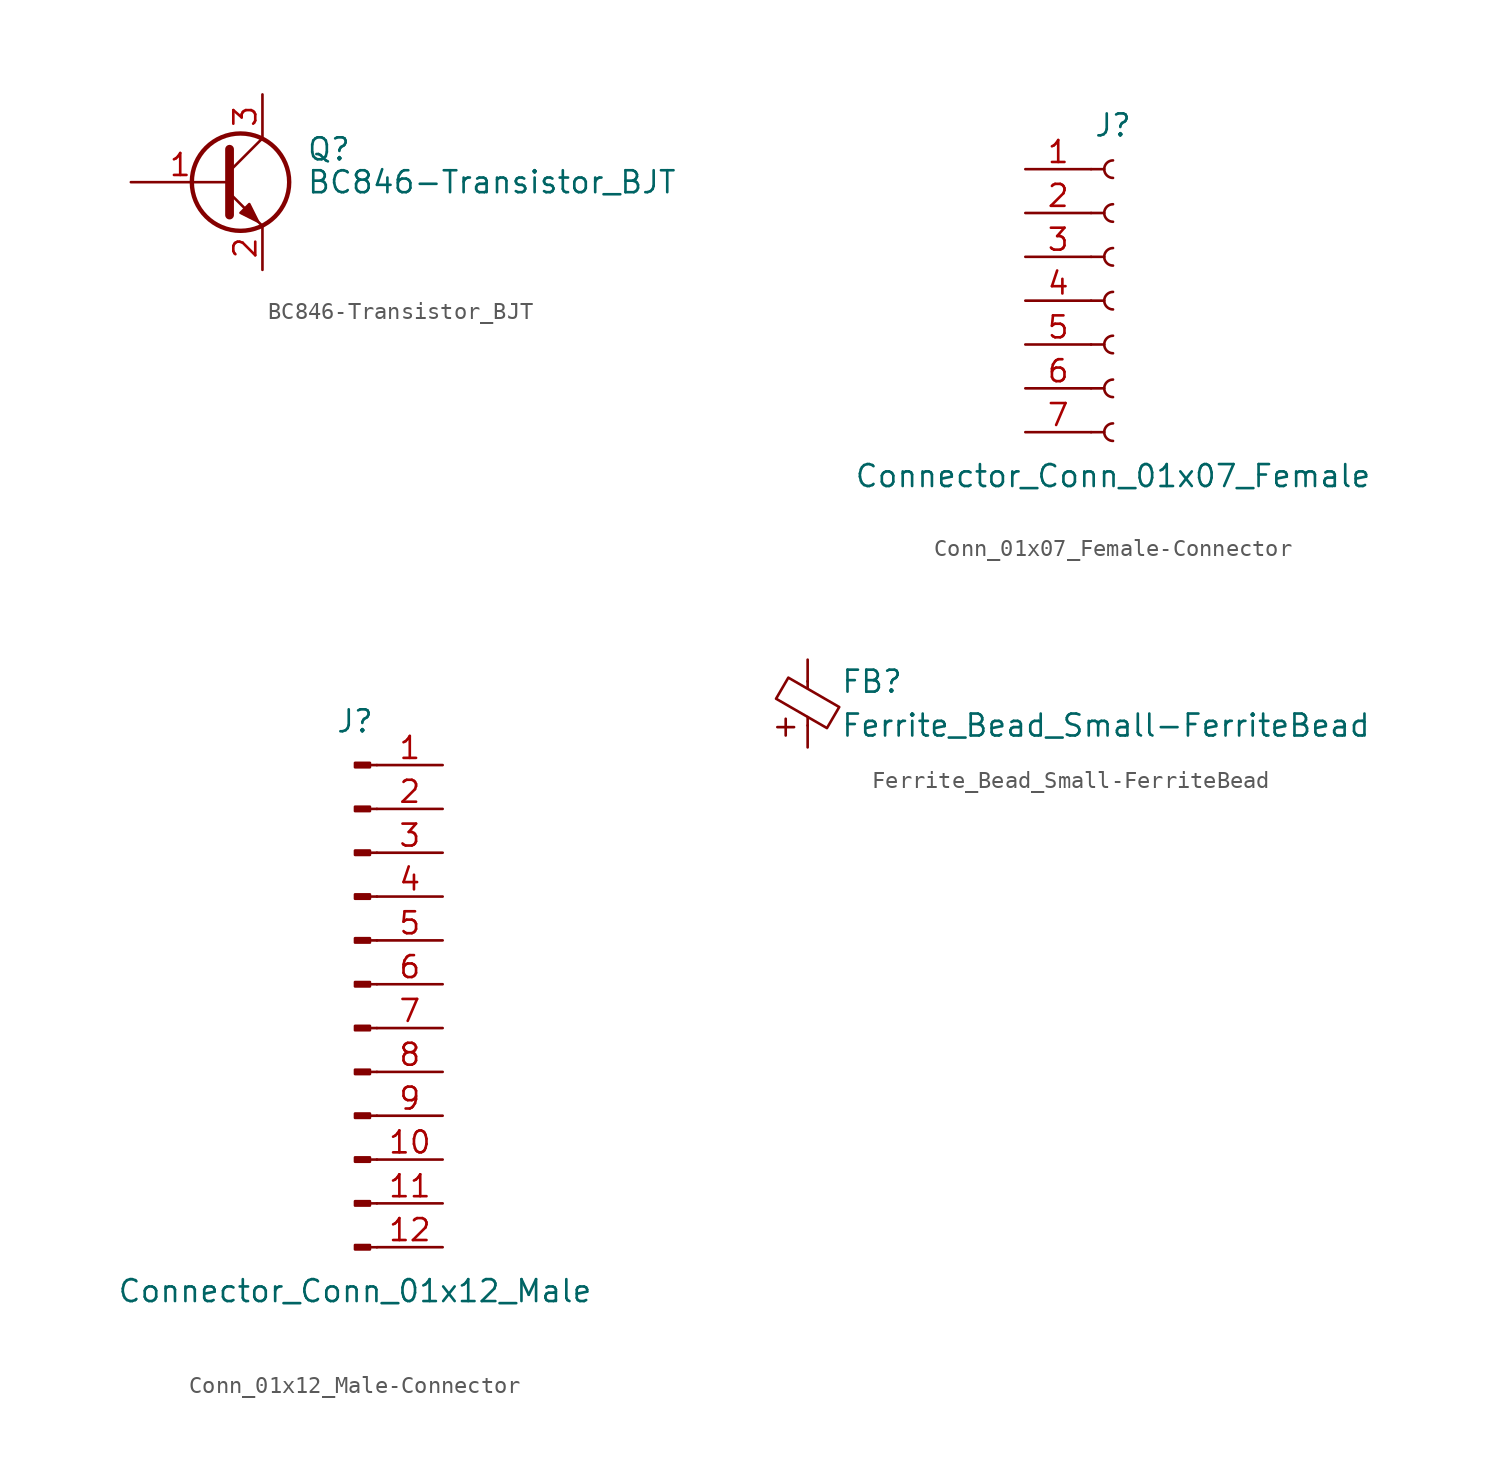
<source format=kicad_sym>
(kicad_symbol_lib
  (version 20231120)
  (generator "kicad_symbol_editor")
  (generator_version "8.0")
  (symbol "BC846-Transistor_BJT"
    (pin_names
      (offset 0) hide)
    (property "Reference" "Q"
      (at 5.08 1.905 0)
      (effects (font (size 1.27 1.27)) (justify left)))
    (property "Value" "BC846-Transistor_BJT"
      (at 5.08 0 0)
      (effects (font (size 1.27 1.27)) (justify left)))
    (symbol "BC846-Transistor_BJT_0_1"
      (polyline (pts (xy 0.635 0.635) (xy 2.54 2.54)) (stroke (width 0) (type solid)) (fill (type none)))
      (polyline (pts (xy 0.635 -0.635) (xy 2.54 -2.54) (xy 2.54 -2.54)) (stroke (width 0) (type solid)) (fill (type none)))
      (polyline (pts (xy 0.635 1.905) (xy 0.635 -1.905) (xy 0.635 -1.905)) (stroke (width 0.508) (type solid)) (fill (type none)))
      (polyline (pts (xy 1.27 -1.778) (xy 1.778 -1.27) (xy 2.286 -2.286) (xy 1.27 -1.778) (xy 1.27 -1.778)) (stroke (width 0) (type solid)) (fill (type outline)))
      (circle (center 1.27 0) (radius 2.819) (stroke (width 0.254) (type solid)) (fill (type none))))
    (symbol "BC846-Transistor_BJT_1_1"
      (pin input line (at -5.08 0 0) (length 5.715) (name "B" (effects (font (size 1.27 1.27)))) (number "1" (effects (font (size 1.27 1.27)))))
      (pin passive line (at 2.54 -5.08 90) (length 2.54) (name "E" (effects (font (size 1.27 1.27)))) (number "2" (effects (font (size 1.27 1.27)))))
      (pin passive line (at 2.54 5.08 270) (length 2.54) (name "C" (effects (font (size 1.27 1.27)))) (number "3" (effects (font (size 1.27 1.27)))))))
  (symbol "Conn_01x07_Female-Connector"
    (pin_names
      (offset 1.016) hide)
    (property "Reference" "J"
      (at 0 10.16 0)
      (effects (font (size 1.27 1.27))))
    (property "Value" "Connector_Conn_01x07_Female"
      (at 0 -10.16 0)
      (effects (font (size 1.27 1.27))))
    (symbol "Conn_01x07_Female-Connector_1_1"
      (arc (start 0 -7.112) (mid -0.508 -7.62) (end 0 -8.128) (stroke (width 0.1524) (type solid)) (fill (type none)))
      (arc (start 0 -4.572) (mid -0.508 -5.08) (end 0 -5.588) (stroke (width 0.1524) (type solid)) (fill (type none)))
      (arc (start 0 -2.032) (mid -0.508 -2.54) (end 0 -3.048) (stroke (width 0.1524) (type solid)) (fill (type none)))
      (polyline (pts (xy -1.27 -7.62) (xy -0.508 -7.62)) (stroke (width 0.152) (type solid)) (fill (type none)))
      (polyline (pts (xy -1.27 -5.08) (xy -0.508 -5.08)) (stroke (width 0.152) (type solid)) (fill (type none)))
      (polyline (pts (xy -1.27 -2.54) (xy -0.508 -2.54)) (stroke (width 0.152) (type solid)) (fill (type none)))
      (polyline (pts (xy -1.27 0) (xy -0.508 0)) (stroke (width 0.152) (type solid)) (fill (type none)))
      (polyline (pts (xy -1.27 2.54) (xy -0.508 2.54)) (stroke (width 0.152) (type solid)) (fill (type none)))
      (polyline (pts (xy -1.27 5.08) (xy -0.508 5.08)) (stroke (width 0.152) (type solid)) (fill (type none)))
      (polyline (pts (xy -1.27 7.62) (xy -0.508 7.62)) (stroke (width 0.152) (type solid)) (fill (type none)))
      (arc (start 0 0.508) (mid -0.508 0) (end 0 -0.508) (stroke (width 0.1524) (type solid)) (fill (type none)))
      (arc (start 0 3.048) (mid -0.508 2.54) (end 0 2.032) (stroke (width 0.1524) (type solid)) (fill (type none)))
      (arc (start 0 5.588) (mid -0.508 5.08) (end 0 4.572) (stroke (width 0.1524) (type solid)) (fill (type none)))
      (arc (start 0 8.128) (mid -0.508 7.62) (end 0 7.112) (stroke (width 0.1524) (type solid)) (fill (type none)))
      (pin passive line (at -5.08 7.62 0) (length 3.81) (name "Pin_1" (effects (font (size 1.27 1.27)))) (number "1" (effects (font (size 1.27 1.27)))))
      (pin passive line (at -5.08 5.08 0) (length 3.81) (name "Pin_2" (effects (font (size 1.27 1.27)))) (number "2" (effects (font (size 1.27 1.27)))))
      (pin passive line (at -5.08 2.54 0) (length 3.81) (name "Pin_3" (effects (font (size 1.27 1.27)))) (number "3" (effects (font (size 1.27 1.27)))))
      (pin passive line (at -5.08 0 0) (length 3.81) (name "Pin_4" (effects (font (size 1.27 1.27)))) (number "4" (effects (font (size 1.27 1.27)))))
      (pin passive line (at -5.08 -2.54 0) (length 3.81) (name "Pin_5" (effects (font (size 1.27 1.27)))) (number "5" (effects (font (size 1.27 1.27)))))
      (pin passive line (at -5.08 -5.08 0) (length 3.81) (name "Pin_6" (effects (font (size 1.27 1.27)))) (number "6" (effects (font (size 1.27 1.27)))))
      (pin passive line (at -5.08 -7.62 0) (length 3.81) (name "Pin_7" (effects (font (size 1.27 1.27)))) (number "7" (effects (font (size 1.27 1.27)))))))
  (symbol "Conn_01x12_Male-Connector"
    (pin_names
      (offset 1.016) hide)
    (property "Reference" "J"
      (at 0 15.24 0)
      (effects (font (size 1.27 1.27))))
    (property "Value" "Connector_Conn_01x12_Male"
      (at 0 -17.78 0)
      (effects (font (size 1.27 1.27))))
    (symbol "Conn_01x12_Male-Connector_1_1"
      (polyline (pts (xy 1.27 -15.24) (xy 0.864 -15.24)) (stroke (width 0.152) (type solid)) (fill (type none)))
      (polyline (pts (xy 1.27 -12.7) (xy 0.864 -12.7)) (stroke (width 0.152) (type solid)) (fill (type none)))
      (polyline (pts (xy 1.27 -10.16) (xy 0.864 -10.16)) (stroke (width 0.152) (type solid)) (fill (type none)))
      (polyline (pts (xy 1.27 -7.62) (xy 0.864 -7.62)) (stroke (width 0.152) (type solid)) (fill (type none)))
      (polyline (pts (xy 1.27 -5.08) (xy 0.864 -5.08)) (stroke (width 0.152) (type solid)) (fill (type none)))
      (polyline (pts (xy 1.27 -2.54) (xy 0.864 -2.54)) (stroke (width 0.152) (type solid)) (fill (type none)))
      (polyline (pts (xy 1.27 0) (xy 0.864 0)) (stroke (width 0.152) (type solid)) (fill (type none)))
      (polyline (pts (xy 1.27 2.54) (xy 0.864 2.54)) (stroke (width 0.152) (type solid)) (fill (type none)))
      (polyline (pts (xy 1.27 5.08) (xy 0.864 5.08)) (stroke (width 0.152) (type solid)) (fill (type none)))
      (polyline (pts (xy 1.27 7.62) (xy 0.864 7.62)) (stroke (width 0.152) (type solid)) (fill (type none)))
      (polyline (pts (xy 1.27 10.16) (xy 0.864 10.16)) (stroke (width 0.152) (type solid)) (fill (type none)))
      (polyline (pts (xy 1.27 12.7) (xy 0.864 12.7)) (stroke (width 0.152) (type solid)) (fill (type none)))
      (rectangle (start 0.864 -15.113) (end 0 -15.367) (stroke (width 0.152) (type solid)) (fill (type outline)))
      (rectangle (start 0.864 -12.573) (end 0 -12.827) (stroke (width 0.152) (type solid)) (fill (type outline)))
      (rectangle (start 0.864 -10.033) (end 0 -10.287) (stroke (width 0.152) (type solid)) (fill (type outline)))
      (rectangle (start 0.864 -7.493) (end 0 -7.747) (stroke (width 0.152) (type solid)) (fill (type outline)))
      (rectangle (start 0.864 -4.953) (end 0 -5.207) (stroke (width 0.152) (type solid)) (fill (type outline)))
      (rectangle (start 0.864 -2.413) (end 0 -2.667) (stroke (width 0.152) (type solid)) (fill (type outline)))
      (rectangle (start 0.864 0.127) (end 0 -0.127) (stroke (width 0.152) (type solid)) (fill (type outline)))
      (rectangle (start 0.864 2.667) (end 0 2.413) (stroke (width 0.152) (type solid)) (fill (type outline)))
      (rectangle (start 0.864 5.207) (end 0 4.953) (stroke (width 0.152) (type solid)) (fill (type outline)))
      (rectangle (start 0.864 7.747) (end 0 7.493) (stroke (width 0.152) (type solid)) (fill (type outline)))
      (rectangle (start 0.864 10.287) (end 0 10.033) (stroke (width 0.152) (type solid)) (fill (type outline)))
      (rectangle (start 0.864 12.827) (end 0 12.573) (stroke (width 0.152) (type solid)) (fill (type outline)))
      (pin passive line (at 5.08 12.7 180) (length 3.81) (name "Pin_1" (effects (font (size 1.27 1.27)))) (number "1" (effects (font (size 1.27 1.27)))))
      (pin passive line (at 5.08 -10.16 180) (length 3.81) (name "Pin_10" (effects (font (size 1.27 1.27)))) (number "10" (effects (font (size 1.27 1.27)))))
      (pin passive line (at 5.08 -12.7 180) (length 3.81) (name "Pin_11" (effects (font (size 1.27 1.27)))) (number "11" (effects (font (size 1.27 1.27)))))
      (pin passive line (at 5.08 -15.24 180) (length 3.81) (name "Pin_12" (effects (font (size 1.27 1.27)))) (number "12" (effects (font (size 1.27 1.27)))))
      (pin passive line (at 5.08 10.16 180) (length 3.81) (name "Pin_2" (effects (font (size 1.27 1.27)))) (number "2" (effects (font (size 1.27 1.27)))))
      (pin passive line (at 5.08 7.62 180) (length 3.81) (name "Pin_3" (effects (font (size 1.27 1.27)))) (number "3" (effects (font (size 1.27 1.27)))))
      (pin passive line (at 5.08 5.08 180) (length 3.81) (name "Pin_4" (effects (font (size 1.27 1.27)))) (number "4" (effects (font (size 1.27 1.27)))))
      (pin passive line (at 5.08 2.54 180) (length 3.81) (name "Pin_5" (effects (font (size 1.27 1.27)))) (number "5" (effects (font (size 1.27 1.27)))))
      (pin passive line (at 5.08 0 180) (length 3.81) (name "Pin_6" (effects (font (size 1.27 1.27)))) (number "6" (effects (font (size 1.27 1.27)))))
      (pin passive line (at 5.08 -2.54 180) (length 3.81) (name "Pin_7" (effects (font (size 1.27 1.27)))) (number "7" (effects (font (size 1.27 1.27)))))
      (pin passive line (at 5.08 -5.08 180) (length 3.81) (name "Pin_8" (effects (font (size 1.27 1.27)))) (number "8" (effects (font (size 1.27 1.27)))))
      (pin passive line (at 5.08 -7.62 180) (length 3.81) (name "Pin_9" (effects (font (size 1.27 1.27)))) (number "9" (effects (font (size 1.27 1.27)))))))
  (symbol "Ferrite_Bead_Small-FerriteBead"
    (pin_numbers hide)
    (pin_names
      (offset 0))
    (property "Reference" "FB"
      (at 1.905 1.27 0)
      (effects (font (size 1.27 1.27)) (justify left)))
    (property "Value" "Ferrite_Bead_Small-FerriteBead"
      (at 1.905 -1.27 0)
      (effects (font (size 1.27 1.27)) (justify left)))
    (symbol "Ferrite_Bead_Small-FerriteBead_0_0"
      (text "+" (at -1.27 -1.27 0) (effects (font (size 1.27 1.27)))))
    (symbol "Ferrite_Bead_Small-FerriteBead_0_1"
      (polyline (pts (xy 0 -1.27) (xy 0 -0.787)) (stroke (width 0) (type solid)) (fill (type none)))
      (polyline (pts (xy 0 0.889) (xy 0 1.295)) (stroke (width 0) (type solid)) (fill (type none)))
      (polyline (pts (xy -1.829 0.279) (xy -1.118 1.499) (xy 1.829 -0.203) (xy 1.118 -1.422) (xy -1.829 0.279)) (stroke (width 0) (type solid)) (fill (type none))))
    (symbol "Ferrite_Bead_Small-FerriteBead_1_1"
      (pin power_out line (at 0 2.54 270) (length 1.27) (name "~" (effects (font (size 1.27 1.27)))) (number "1" (effects (font (size 1.27 1.27)))))
      (pin power_in line (at 0 -2.54 90) (length 1.27) (name "~" (effects (font (size 1.27 1.27)))) (number "2" (effects (font (size 1.27 1.27))))))))
</source>
